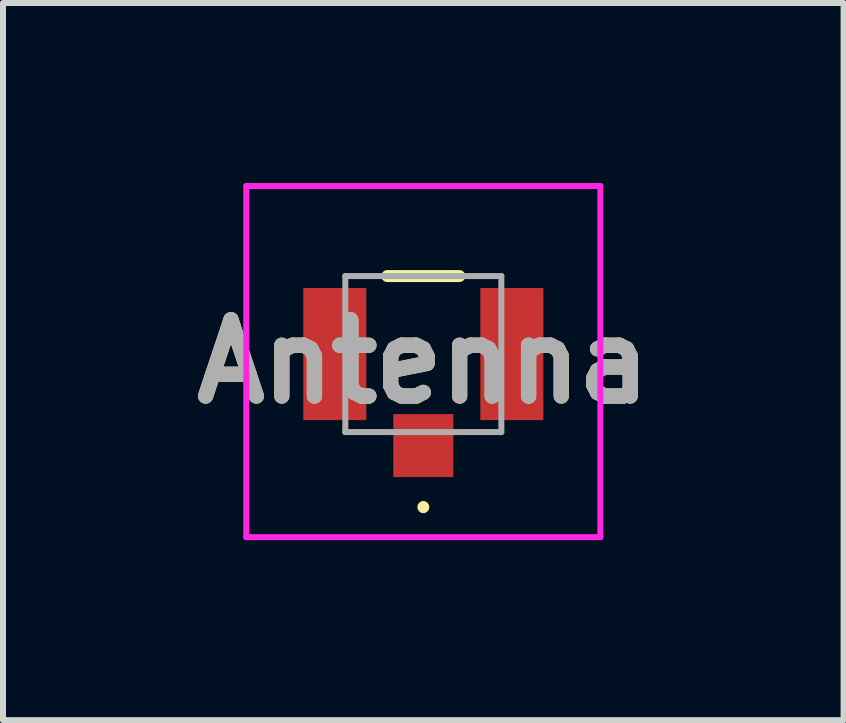
<source format=kicad_pcb>
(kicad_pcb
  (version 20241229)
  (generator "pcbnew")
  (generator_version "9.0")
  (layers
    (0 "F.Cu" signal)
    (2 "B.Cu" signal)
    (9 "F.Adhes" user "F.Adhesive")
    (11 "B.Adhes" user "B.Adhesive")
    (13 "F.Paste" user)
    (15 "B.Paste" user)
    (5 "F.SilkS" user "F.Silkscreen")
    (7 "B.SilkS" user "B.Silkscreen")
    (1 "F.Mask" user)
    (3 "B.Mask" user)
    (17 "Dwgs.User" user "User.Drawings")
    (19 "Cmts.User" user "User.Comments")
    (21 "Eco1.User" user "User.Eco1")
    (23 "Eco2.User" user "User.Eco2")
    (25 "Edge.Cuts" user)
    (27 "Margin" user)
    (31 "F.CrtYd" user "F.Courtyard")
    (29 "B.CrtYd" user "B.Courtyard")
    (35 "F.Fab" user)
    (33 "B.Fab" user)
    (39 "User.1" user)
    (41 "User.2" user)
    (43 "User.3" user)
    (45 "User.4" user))
  (footprint "Antenna"
    (layer "F.Cu")
    (at 4.004 2.85)
    (property "Reference" "Antenna" (at 0 0.125 0) (layer "F.SilkS") (effects (font (size 1.27 1.27) (thickness 0.254))))
    (attr smd)
    (fp_line (start -0.6 -1.3) (end 0.6 -1.3) (stroke (width 0.2) (type solid)) (layer "F.SilkS"))
    (fp_line (start 0 2.5) (end 0 2.5) (stroke (width 0.1) (type solid)) (layer "F.SilkS"))
    (fp_line (start 0 2.6) (end 0 2.6) (stroke (width 0.1) (type solid)) (layer "F.SilkS"))
    (fp_arc (start 0 2.5) (mid 0.05 2.55) (end 0 2.6) (stroke (width 0.1) (type solid)) (layer "F.SilkS"))
    (fp_arc (start 0 2.6) (mid -0.05 2.55) (end 0 2.5) (stroke (width 0.1) (type solid)) (layer "F.SilkS"))
    (fp_line (start -2.95 -2.8) (end 2.95 -2.8) (stroke (width 0.1) (type solid)) (layer "F.CrtYd"))
    (fp_line (start -2.95 3.05) (end -2.95 -2.8) (stroke (width 0.1) (type solid)) (layer "F.CrtYd"))
    (fp_line (start 2.95 -2.8) (end 2.95 3.05) (stroke (width 0.1) (type solid)) (layer "F.CrtYd"))
    (fp_line (start 2.95 3.05) (end -2.95 3.05) (stroke (width 0.1) (type solid)) (layer "F.CrtYd"))
    (fp_line (start -1.3 -1.3) (end 1.3 -1.3) (stroke (width 0.1) (type solid)) (layer "F.Fab"))
    (fp_line (start -1.3 1.3) (end -1.3 -1.3) (stroke (width 0.1) (type solid)) (layer "F.Fab"))
    (fp_line (start 1.3 -1.3) (end 1.3 1.3) (stroke (width 0.1) (type solid)) (layer "F.Fab"))
    (fp_line (start 1.3 1.3) (end -1.3 1.3) (stroke (width 0.1) (type solid)) (layer "F.Fab"))
    (fp_text user "${REFERENCE}" (at 0 0.125 0) (layer "F.Fab") (effects (font (size 1.27 1.27) (thickness 0.254))))
    (pad "1" smd rect (at 0 1.525) (size 1 1.05) (layers "F.Cu" "F.Mask" "F.Paste"))
    (pad "2" smd rect (at 1.475 0) (size 1.05 2.2) (layers "F.Cu" "F.Mask" "F.Paste"))
    (pad "3" smd rect (at -1.475 0) (size 1.05 2.2) (layers "F.Cu" "F.Mask" "F.Paste")))
  (gr_rect
    (start -3 -3)
    (end 11.007 8.95)
    (stroke (width 0.1) (type default))
    (fill no)
    (layer "Edge.Cuts")))
</source>
